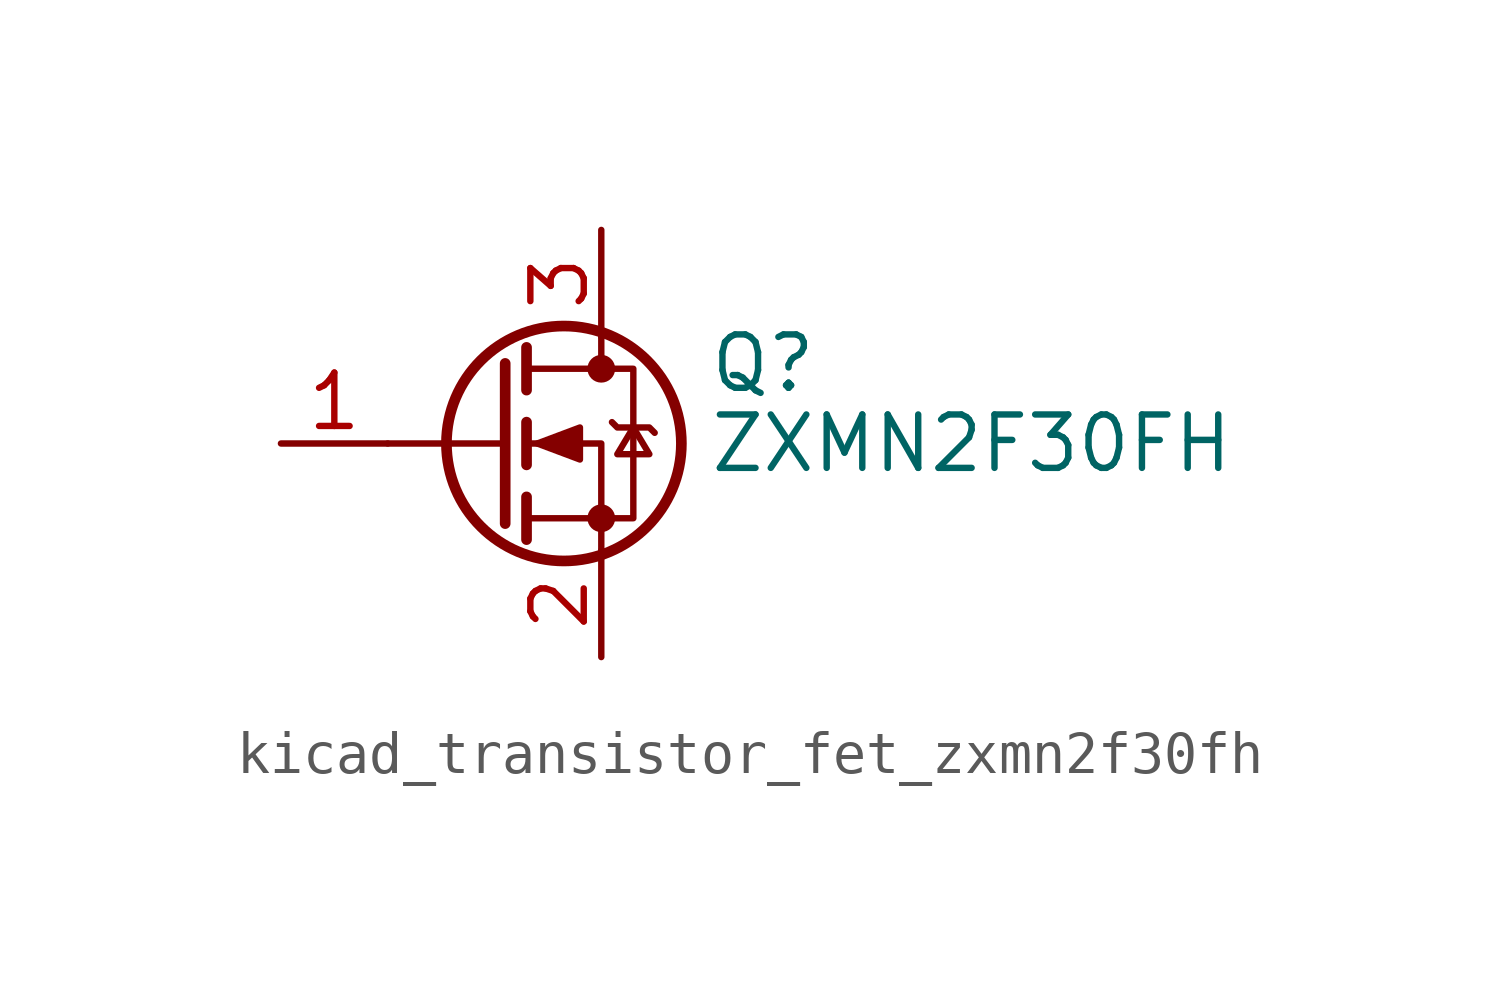
<source format=kicad_sym>
(kicad_symbol_lib
  (version 20220914)
  (generator kicad_symbol_editor)
  (symbol "kicad_transistor_fet_zxmn2f30fh"
    (pin_names hide)
    (property "Reference" "Q"
      (at 5.08 1.905 0)
      (effects (font (size 1.27 1.27)) (justify left)))
    (property "Value" "ZXMN2F30FH"
      (at 5.08 0 0)
      (effects (font (size 1.27 1.27)) (justify left)))
    (symbol "kicad_transistor_fet_zxmn2f30fh_0_1"
      (polyline (pts (xy 0.254 0) (xy -2.54 0)) (stroke (width 0) (type default)) (fill (type none)))
      (polyline (pts (xy 0.254 1.905) (xy 0.254 -1.905)) (stroke (width 0.254) (type default)) (fill (type none)))
      (polyline (pts (xy 0.762 -1.27) (xy 0.762 -2.286)) (stroke (width 0.254) (type default)) (fill (type none)))
      (polyline (pts (xy 0.762 0.508) (xy 0.762 -0.508)) (stroke (width 0.254) (type default)) (fill (type none)))
      (polyline (pts (xy 0.762 2.286) (xy 0.762 1.27)) (stroke (width 0.254) (type default)) (fill (type none)))
      (polyline (pts (xy 2.54 2.54) (xy 2.54 1.778)) (stroke (width 0) (type default)) (fill (type none)))
      (polyline (pts (xy 2.54 -2.54) (xy 2.54 0) (xy 0.762 0)) (stroke (width 0) (type default)) (fill (type none)))
      (polyline (pts (xy 0.762 -1.778) (xy 3.302 -1.778) (xy 3.302 1.778) (xy 0.762 1.778)) (stroke (width 0) (type default)) (fill (type none)))
      (polyline (pts (xy 1.016 0) (xy 2.032 0.381) (xy 2.032 -0.381) (xy 1.016 0)) (stroke (width 0) (type default)) (fill (type outline)))
      (polyline (pts (xy 2.794 0.508) (xy 2.921 0.381) (xy 3.683 0.381) (xy 3.81 0.254)) (stroke (width 0) (type default)) (fill (type none)))
      (polyline (pts (xy 3.302 0.381) (xy 2.921 -0.254) (xy 3.683 -0.254) (xy 3.302 0.381)) (stroke (width 0) (type default)) (fill (type none)))
      (circle (center 1.651 0) (radius 2.794) (stroke (width 0.254) (type default)) (fill (type none)))
      (circle (center 2.54 -1.778) (radius 0.254) (stroke (width 0) (type default)) (fill (type outline)))
      (circle (center 2.54 1.778) (radius 0.254) (stroke (width 0) (type default)) (fill (type outline))))
    (symbol "kicad_transistor_fet_zxmn2f30fh_1_1"
      (pin input line (at -5.08 0 0) (length 2.54) (name "G" (effects (font (size 1.27 1.27)))) (number "1" (effects (font (size 1.27 1.27)))))
      (pin passive line (at 2.54 -5.08 90) (length 2.54) (name "S" (effects (font (size 1.27 1.27)))) (number "2" (effects (font (size 1.27 1.27)))))
      (pin passive line (at 2.54 5.08 270) (length 2.54) (name "D" (effects (font (size 1.27 1.27)))) (number "3" (effects (font (size 1.27 1.27))))))))
</source>
